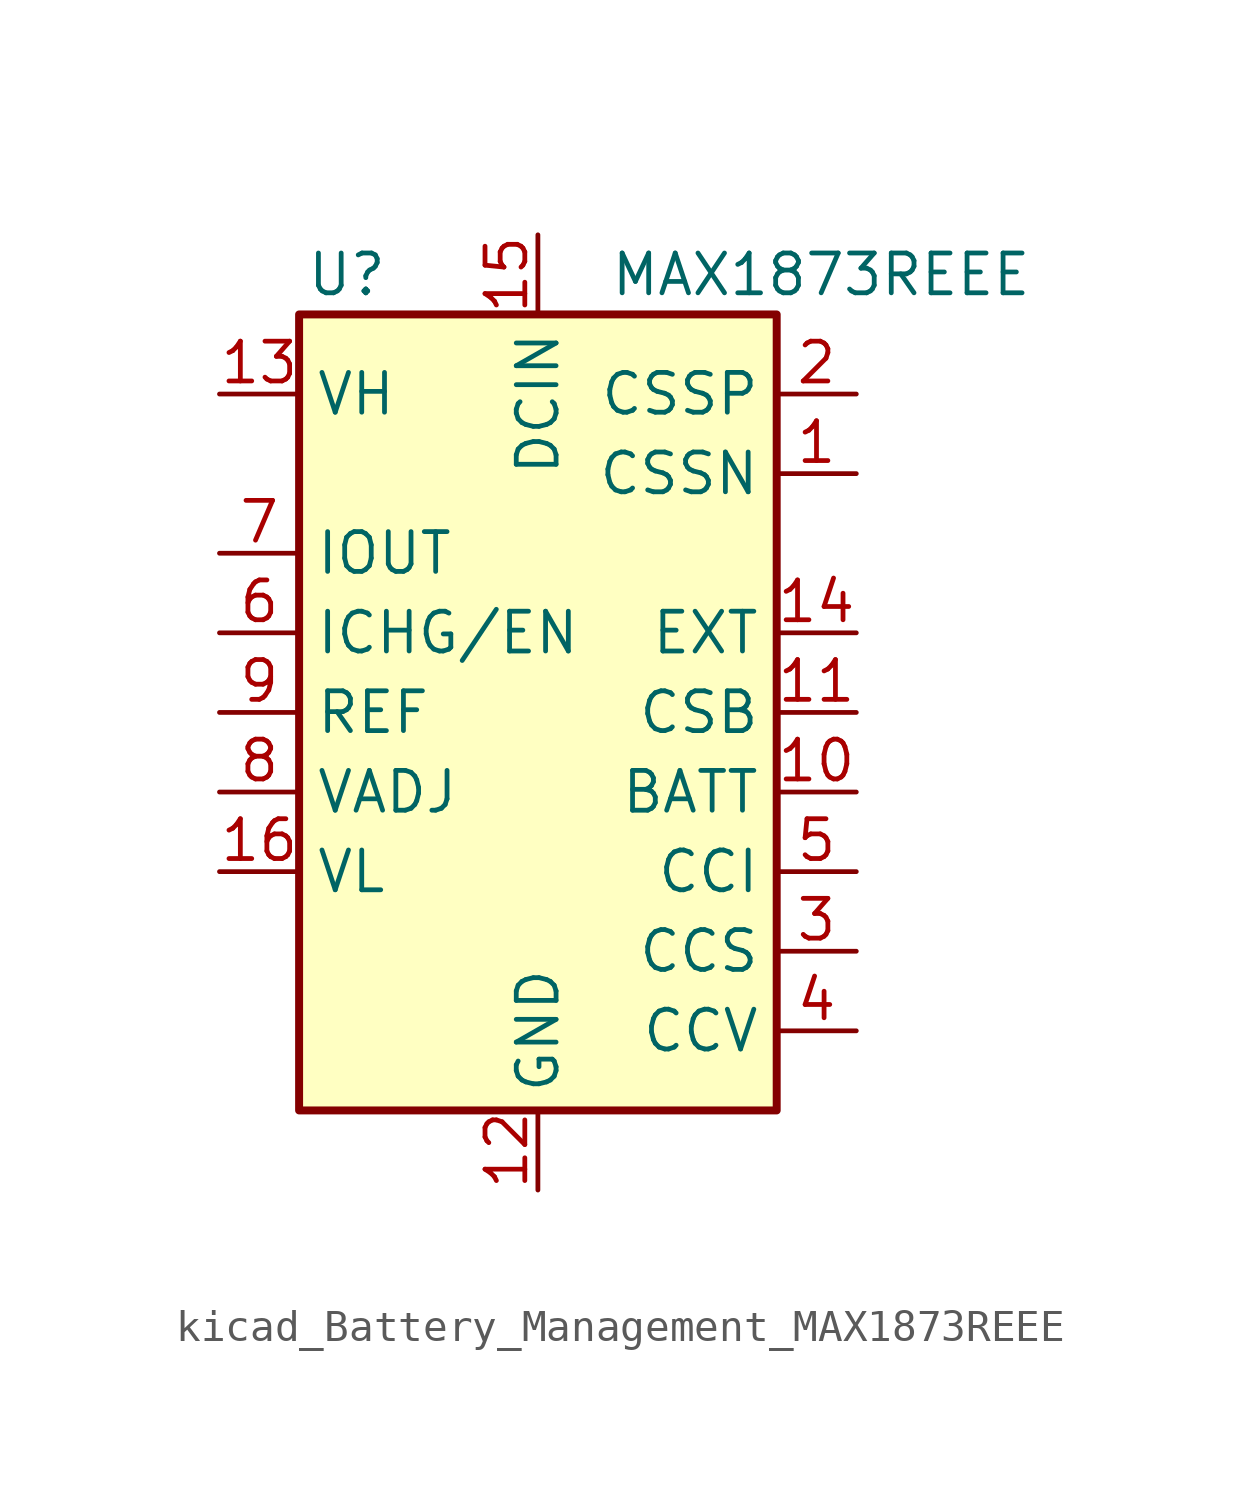
<source format=kicad_sym>
(kicad_symbol_lib
  (version 20220914)
  (generator kicad_symbol_editor)
  (symbol "kicad_Battery_Management_MAX1873REEE"
    (property "Reference" "U"
      (at -6.096 13.97 0)
      (effects (font (size 1.27 1.27))))
    (property "Value" "MAX1873REEE"
      (at 2.286 13.97 0)
      (effects (font (size 1.27 1.27)) (justify left)))
    (symbol "kicad_Battery_Management_MAX1873REEE_0_1"
      (rectangle (start -7.62 12.7) (end 7.62 -12.7) (stroke (width 0.254) (type default)) (fill (type background))))
    (symbol "kicad_Battery_Management_MAX1873REEE_1_1"
      (pin input line (at 10.16 7.62 180) (length 2.54) (name "CSSN" (effects (font (size 1.27 1.27)))) (number "1" (effects (font (size 1.27 1.27)))))
      (pin input line (at 10.16 -2.54 180) (length 2.54) (name "BATT" (effects (font (size 1.27 1.27)))) (number "10" (effects (font (size 1.27 1.27)))))
      (pin input line (at 10.16 0 180) (length 2.54) (name "CSB" (effects (font (size 1.27 1.27)))) (number "11" (effects (font (size 1.27 1.27)))))
      (pin power_in line (at 0 -15.24 90) (length 2.54) (name "GND" (effects (font (size 1.27 1.27)))) (number "12" (effects (font (size 1.27 1.27)))))
      (pin input line (at -10.16 10.16 0) (length 2.54) (name "VH" (effects (font (size 1.27 1.27)))) (number "13" (effects (font (size 1.27 1.27)))))
      (pin output line (at 10.16 2.54 180) (length 2.54) (name "EXT" (effects (font (size 1.27 1.27)))) (number "14" (effects (font (size 1.27 1.27)))))
      (pin power_in line (at 0 15.24 270) (length 2.54) (name "DCIN" (effects (font (size 1.27 1.27)))) (number "15" (effects (font (size 1.27 1.27)))))
      (pin input line (at -10.16 -5.08 0) (length 2.54) (name "VL" (effects (font (size 1.27 1.27)))) (number "16" (effects (font (size 1.27 1.27)))))
      (pin input line (at 10.16 10.16 180) (length 2.54) (name "CSSP" (effects (font (size 1.27 1.27)))) (number "2" (effects (font (size 1.27 1.27)))))
      (pin input line (at 10.16 -7.62 180) (length 2.54) (name "CCS" (effects (font (size 1.27 1.27)))) (number "3" (effects (font (size 1.27 1.27)))))
      (pin input line (at 10.16 -10.16 180) (length 2.54) (name "CCV" (effects (font (size 1.27 1.27)))) (number "4" (effects (font (size 1.27 1.27)))))
      (pin input line (at 10.16 -5.08 180) (length 2.54) (name "CCI" (effects (font (size 1.27 1.27)))) (number "5" (effects (font (size 1.27 1.27)))))
      (pin input line (at -10.16 2.54 0) (length 2.54) (name "ICHG/EN" (effects (font (size 1.27 1.27)))) (number "6" (effects (font (size 1.27 1.27)))))
      (pin output line (at -10.16 5.08 0) (length 2.54) (name "IOUT" (effects (font (size 1.27 1.27)))) (number "7" (effects (font (size 1.27 1.27)))))
      (pin input line (at -10.16 -2.54 0) (length 2.54) (name "VADJ" (effects (font (size 1.27 1.27)))) (number "8" (effects (font (size 1.27 1.27)))))
      (pin output line (at -10.16 0 0) (length 2.54) (name "REF" (effects (font (size 1.27 1.27)))) (number "9" (effects (font (size 1.27 1.27))))))))
</source>
